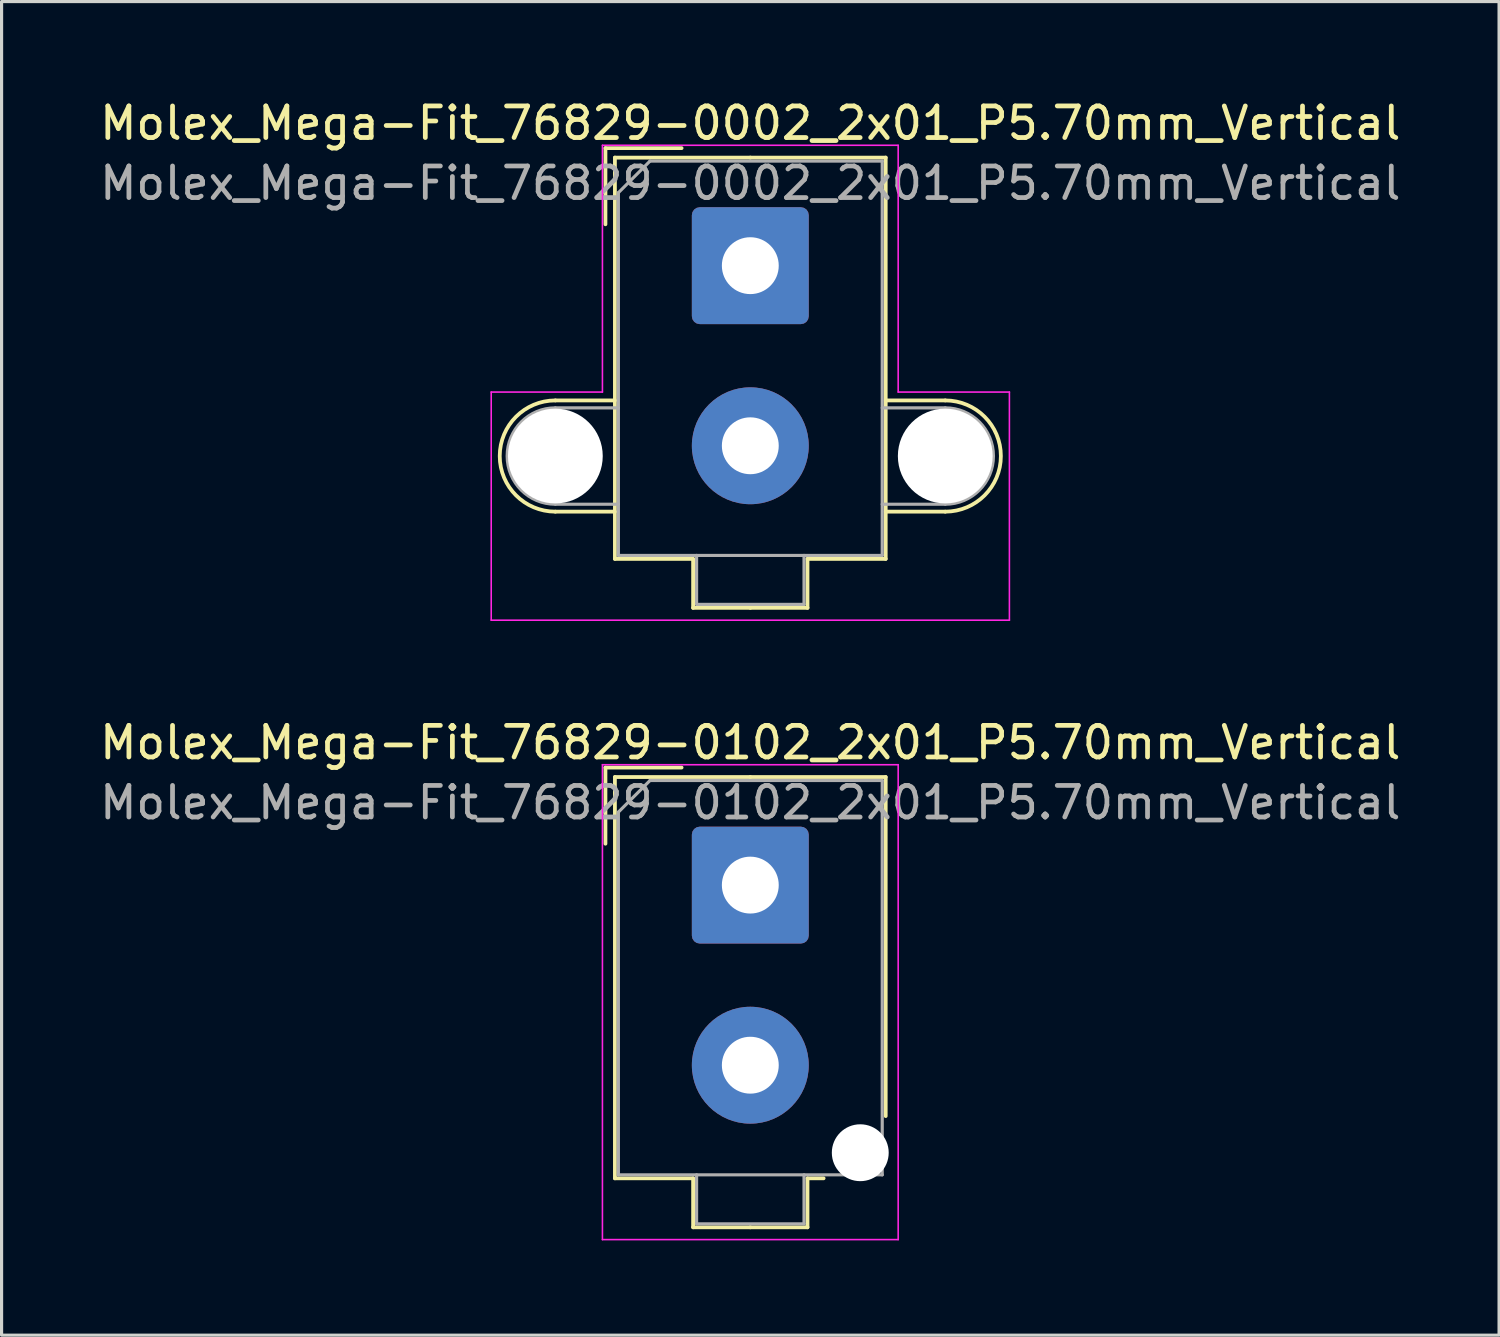
<source format=kicad_pcb>
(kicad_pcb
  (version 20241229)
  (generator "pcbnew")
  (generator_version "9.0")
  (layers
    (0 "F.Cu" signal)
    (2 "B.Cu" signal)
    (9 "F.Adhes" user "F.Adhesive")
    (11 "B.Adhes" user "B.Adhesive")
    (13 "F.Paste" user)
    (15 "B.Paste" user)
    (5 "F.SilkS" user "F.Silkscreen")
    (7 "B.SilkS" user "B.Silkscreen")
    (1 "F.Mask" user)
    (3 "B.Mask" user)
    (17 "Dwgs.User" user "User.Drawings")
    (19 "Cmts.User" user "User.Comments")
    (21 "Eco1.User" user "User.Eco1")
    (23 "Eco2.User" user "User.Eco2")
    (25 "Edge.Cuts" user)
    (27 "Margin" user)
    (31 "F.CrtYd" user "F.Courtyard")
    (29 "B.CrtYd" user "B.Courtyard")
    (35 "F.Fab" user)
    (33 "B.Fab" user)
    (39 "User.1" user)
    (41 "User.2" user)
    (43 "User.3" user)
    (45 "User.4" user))
  (footprint "Molex_Mega-Fit_76829-0002_2x01_P5.70mm_Vertical"
    (layer "F.Cu")
    (at 20.696 5.358)
    (property "Reference" "Molex_Mega-Fit_76829-0002_2x01_P5.70mm_Vertical" (at 0 -4.51 0) (layer "F.SilkS") (effects (font (size 1 1) (thickness 0.15))))
    (attr through_hole)
    (fp_line (start -6.17 4.265) (end -4.285 4.265) (stroke (width 0.12) (type solid)) (layer "F.SilkS"))
    (fp_line (start -6.17 7.785) (end -4.285 7.785) (stroke (width 0.12) (type solid)) (layer "F.SilkS"))
    (fp_line (start -4.585 -3.72) (end -2.175 -3.72) (stroke (width 0.12) (type solid)) (layer "F.SilkS"))
    (fp_line (start -4.585 -1.31) (end -4.585 -3.72) (stroke (width 0.12) (type solid)) (layer "F.SilkS"))
    (fp_line (start -4.285 -3.42) (end -4.285 9.28) (stroke (width 0.12) (type solid)) (layer "F.SilkS"))
    (fp_line (start -4.285 9.28) (end -1.81 9.28) (stroke (width 0.12) (type solid)) (layer "F.SilkS"))
    (fp_line (start -1.81 9.28) (end -1.81 10.83) (stroke (width 0.12) (type solid)) (layer "F.SilkS"))
    (fp_line (start -1.81 10.83) (end 0 10.83) (stroke (width 0.12) (type solid)) (layer "F.SilkS"))
    (fp_line (start 0 -3.42) (end -4.285 -3.42) (stroke (width 0.12) (type solid)) (layer "F.SilkS"))
    (fp_line (start 0 -3.42) (end 4.285 -3.42) (stroke (width 0.12) (type solid)) (layer "F.SilkS"))
    (fp_line (start 1.81 9.28) (end 1.81 10.83) (stroke (width 0.12) (type solid)) (layer "F.SilkS"))
    (fp_line (start 1.81 10.83) (end 0 10.83) (stroke (width 0.12) (type solid)) (layer "F.SilkS"))
    (fp_line (start 4.285 -3.42) (end 4.285 9.28) (stroke (width 0.12) (type solid)) (layer "F.SilkS"))
    (fp_line (start 4.285 9.28) (end 1.81 9.28) (stroke (width 0.12) (type solid)) (layer "F.SilkS"))
    (fp_line (start 6.17 4.265) (end 4.285 4.265) (stroke (width 0.12) (type solid)) (layer "F.SilkS"))
    (fp_line (start 6.17 7.785) (end 4.285 7.785) (stroke (width 0.12) (type solid)) (layer "F.SilkS"))
    (fp_arc (start -6.17 7.785) (mid -7.93 6.025) (end -6.17 4.265) (stroke (width 0.12) (type solid)) (layer "F.SilkS"))
    (fp_arc (start 6.17 4.265) (mid 7.93 6.025) (end 6.17 7.785) (stroke (width 0.12) (type solid)) (layer "F.SilkS"))
    (fp_line (start -8.2 4) (end -8.2 11.22) (stroke (width 0.05) (type solid)) (layer "F.CrtYd"))
    (fp_line (start -8.2 11.22) (end 8.2 11.22) (stroke (width 0.05) (type solid)) (layer "F.CrtYd"))
    (fp_line (start -4.68 -3.81) (end -4.68 4) (stroke (width 0.05) (type solid)) (layer "F.CrtYd"))
    (fp_line (start -4.68 4) (end -8.2 4) (stroke (width 0.05) (type solid)) (layer "F.CrtYd"))
    (fp_line (start 4.68 -3.81) (end -4.68 -3.81) (stroke (width 0.05) (type solid)) (layer "F.CrtYd"))
    (fp_line (start 4.68 4) (end 4.68 -3.81) (stroke (width 0.05) (type solid)) (layer "F.CrtYd"))
    (fp_line (start 8.2 4) (end 4.68 4) (stroke (width 0.05) (type solid)) (layer "F.CrtYd"))
    (fp_line (start 8.2 11.22) (end 8.2 4) (stroke (width 0.05) (type solid)) (layer "F.CrtYd"))
    (fp_line (start -6.17 4.5) (end -4.175 4.5) (stroke (width 0.1) (type solid)) (layer "F.Fab"))
    (fp_line (start -6.17 7.55) (end -4.175 7.55) (stroke (width 0.1) (type solid)) (layer "F.Fab"))
    (fp_line (start -4.175 -2.31) (end -4.175 9.17) (stroke (width 0.1) (type solid)) (layer "F.Fab"))
    (fp_line (start -4.175 9.17) (end 4.175 9.17) (stroke (width 0.1) (type solid)) (layer "F.Fab"))
    (fp_line (start -3.175 -3.31) (end -4.175 -2.31) (stroke (width 0.1) (type solid)) (layer "F.Fab"))
    (fp_line (start -1.7 9.17) (end -1.7 10.72) (stroke (width 0.1) (type solid)) (layer "F.Fab"))
    (fp_line (start -1.7 10.72) (end 1.7 10.72) (stroke (width 0.1) (type solid)) (layer "F.Fab"))
    (fp_line (start 1.7 10.72) (end 1.7 9.17) (stroke (width 0.1) (type solid)) (layer "F.Fab"))
    (fp_line (start 4.175 -3.31) (end -3.175 -3.31) (stroke (width 0.1) (type solid)) (layer "F.Fab"))
    (fp_line (start 4.175 9.17) (end 4.175 -3.31) (stroke (width 0.1) (type solid)) (layer "F.Fab"))
    (fp_line (start 6.17 4.5) (end 4.175 4.5) (stroke (width 0.1) (type solid)) (layer "F.Fab"))
    (fp_line (start 6.17 7.55) (end 4.175 7.55) (stroke (width 0.1) (type solid)) (layer "F.Fab"))
    (fp_arc (start -6.17 7.55) (mid -7.695 6.025) (end -6.17 4.5) (stroke (width 0.1) (type solid)) (layer "F.Fab"))
    (fp_arc (start 6.17 4.5) (mid 7.695 6.025) (end 6.17 7.55) (stroke (width 0.1) (type solid)) (layer "F.Fab"))
    (fp_text user "${REFERENCE}" (at 0 -2.61 0) (layer "F.Fab") (effects (font (size 1 1) (thickness 0.15))))
    (pad "" np_thru_hole circle (at -6.17 6.025) (size 3 3) (drill 3) (layers "*.Cu" "*.Mask"))
    (pad "" np_thru_hole circle (at 6.17 6.025) (size 3 3) (drill 3) (layers "*.Cu" "*.Mask"))
    (pad "1" thru_hole roundrect (at 0 0) (size 3.7 3.7) (drill 1.8) (layers "*.Cu" "*.Mask") (roundrect_rratio 0.068))
    (pad "2" thru_hole circle (at 0 5.7) (size 3.7 3.7) (drill 1.8) (layers "*.Cu" "*.Mask")))
  (footprint "Molex_Mega-Fit_76829-0102_2x01_P5.70mm_Vertical"
    (layer "F.Cu")
    (at 20.696 24.962)
    (property "Reference" "Molex_Mega-Fit_76829-0102_2x01_P5.70mm_Vertical" (at 0 -4.51 0) (layer "F.SilkS") (effects (font (size 1 1) (thickness 0.15))))
    (attr through_hole)
    (fp_line (start -4.585 -3.72) (end -2.175 -3.72) (stroke (width 0.12) (type solid)) (layer "F.SilkS"))
    (fp_line (start -4.585 -1.31) (end -4.585 -3.72) (stroke (width 0.12) (type solid)) (layer "F.SilkS"))
    (fp_line (start -4.285 -3.42) (end -4.285 9.28) (stroke (width 0.12) (type solid)) (layer "F.SilkS"))
    (fp_line (start -4.285 9.28) (end -1.81 9.28) (stroke (width 0.12) (type solid)) (layer "F.SilkS"))
    (fp_line (start -1.81 9.28) (end -1.81 10.83) (stroke (width 0.12) (type solid)) (layer "F.SilkS"))
    (fp_line (start -1.81 10.83) (end 0 10.83) (stroke (width 0.12) (type solid)) (layer "F.SilkS"))
    (fp_line (start 0 -3.42) (end -4.285 -3.42) (stroke (width 0.12) (type solid)) (layer "F.SilkS"))
    (fp_line (start 0 -3.42) (end 4.285 -3.42) (stroke (width 0.12) (type solid)) (layer "F.SilkS"))
    (fp_line (start 1.81 9.28) (end 1.81 10.83) (stroke (width 0.12) (type solid)) (layer "F.SilkS"))
    (fp_line (start 1.81 10.83) (end 0 10.83) (stroke (width 0.12) (type solid)) (layer "F.SilkS"))
    (fp_line (start 2.32 9.28) (end 1.81 9.28) (stroke (width 0.12) (type solid)) (layer "F.SilkS"))
    (fp_line (start 4.285 -3.42) (end 4.285 7.31) (stroke (width 0.12) (type solid)) (layer "F.SilkS"))
    (fp_line (start -4.68 -3.81) (end -4.68 11.22) (stroke (width 0.05) (type solid)) (layer "F.CrtYd"))
    (fp_line (start -4.68 11.22) (end 4.68 11.22) (stroke (width 0.05) (type solid)) (layer "F.CrtYd"))
    (fp_line (start 4.68 -3.81) (end -4.68 -3.81) (stroke (width 0.05) (type solid)) (layer "F.CrtYd"))
    (fp_line (start 4.68 11.22) (end 4.68 -3.81) (stroke (width 0.05) (type solid)) (layer "F.CrtYd"))
    (fp_line (start -4.175 -2.31) (end -4.175 9.17) (stroke (width 0.1) (type solid)) (layer "F.Fab"))
    (fp_line (start -4.175 9.17) (end 4.175 9.17) (stroke (width 0.1) (type solid)) (layer "F.Fab"))
    (fp_line (start -3.175 -3.31) (end -4.175 -2.31) (stroke (width 0.1) (type solid)) (layer "F.Fab"))
    (fp_line (start -1.7 9.17) (end -1.7 10.72) (stroke (width 0.1) (type solid)) (layer "F.Fab"))
    (fp_line (start -1.7 10.72) (end 1.7 10.72) (stroke (width 0.1) (type solid)) (layer "F.Fab"))
    (fp_line (start 1.7 10.72) (end 1.7 9.17) (stroke (width 0.1) (type solid)) (layer "F.Fab"))
    (fp_line (start 4.175 -3.31) (end -3.175 -3.31) (stroke (width 0.1) (type solid)) (layer "F.Fab"))
    (fp_line (start 4.175 9.17) (end 4.175 -3.31) (stroke (width 0.1) (type solid)) (layer "F.Fab"))
    (fp_text user "${REFERENCE}" (at 0 -2.61 0) (layer "F.Fab") (effects (font (size 1 1) (thickness 0.15))))
    (pad "" np_thru_hole circle (at 3.48 8.47) (size 1.8 1.8) (drill 1.8) (layers "*.Cu" "*.Mask"))
    (pad "1" thru_hole roundrect (at 0 0) (size 3.7 3.7) (drill 1.8) (layers "*.Cu" "*.Mask") (roundrect_rratio 0.068))
    (pad "2" thru_hole circle (at 0 5.7) (size 3.7 3.7) (drill 1.8) (layers "*.Cu" "*.Mask")))
  (gr_rect
    (start -3 -3)
    (end 44.393 39.206)
    (stroke (width 0.1) (type default))
    (fill no)
    (layer "Edge.Cuts")))
</source>
